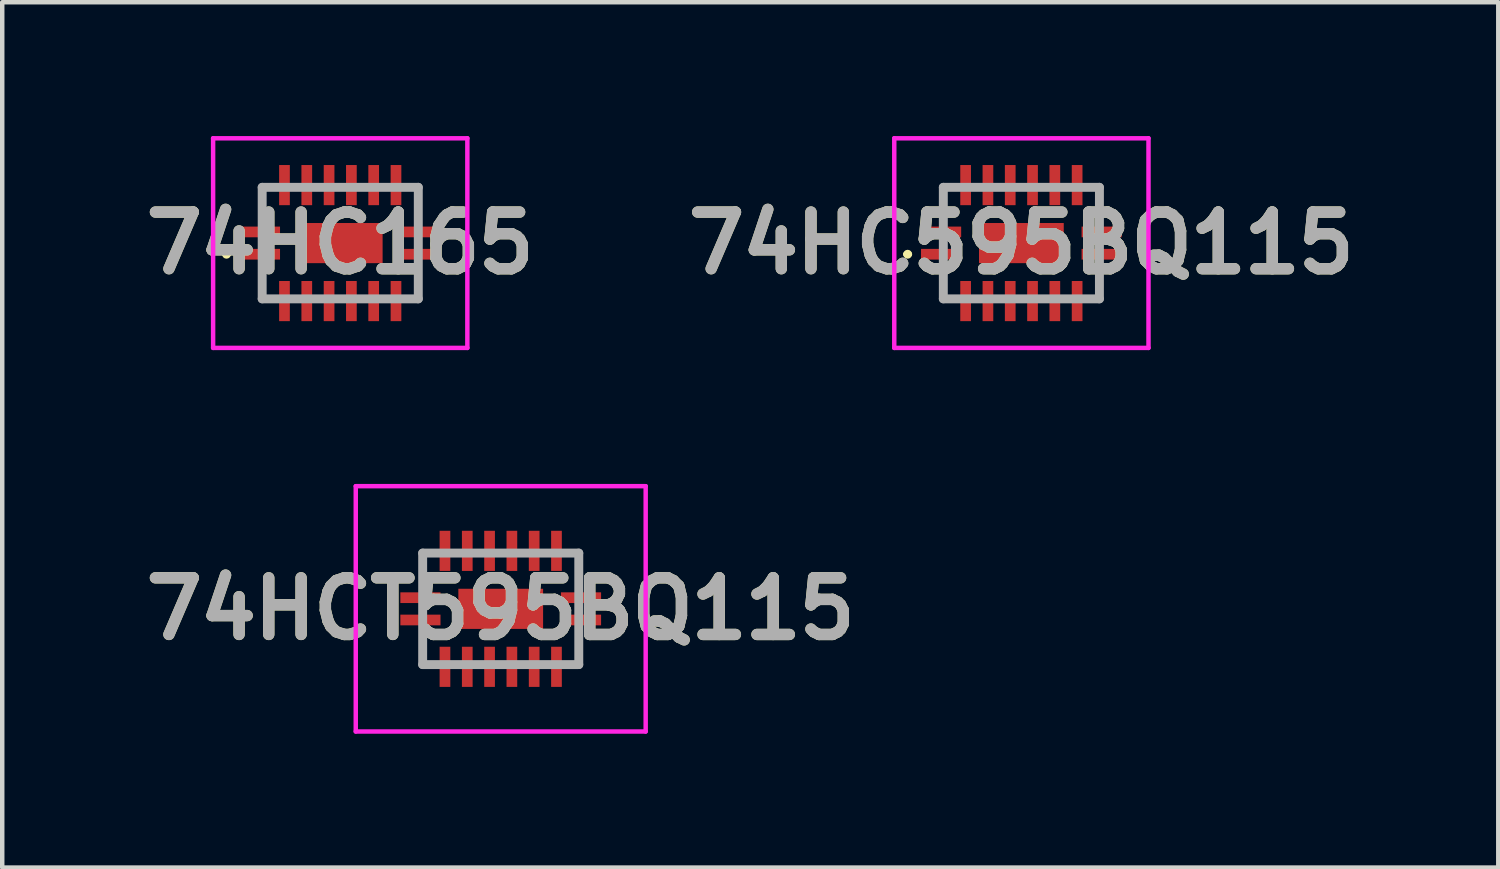
<source format=kicad_pcb>
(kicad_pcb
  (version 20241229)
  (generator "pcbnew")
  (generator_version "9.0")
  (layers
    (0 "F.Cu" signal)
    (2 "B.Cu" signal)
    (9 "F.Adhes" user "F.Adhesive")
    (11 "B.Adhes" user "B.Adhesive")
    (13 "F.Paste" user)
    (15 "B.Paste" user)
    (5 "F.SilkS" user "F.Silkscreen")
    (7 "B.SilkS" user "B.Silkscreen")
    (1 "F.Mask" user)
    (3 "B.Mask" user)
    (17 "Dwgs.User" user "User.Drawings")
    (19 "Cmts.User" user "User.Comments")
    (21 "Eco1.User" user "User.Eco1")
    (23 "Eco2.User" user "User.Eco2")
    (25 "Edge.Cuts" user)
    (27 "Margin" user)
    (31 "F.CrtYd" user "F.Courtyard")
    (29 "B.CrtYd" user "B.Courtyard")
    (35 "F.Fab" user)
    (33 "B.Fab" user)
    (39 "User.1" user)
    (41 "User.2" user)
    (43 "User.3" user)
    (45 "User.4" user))
  (footprint "74HC595BQ115"
    (layer "F.Cu")
    (at 19.849 2.4)
    (property "Reference" "74HC595BQ115" (at 0 0 0) (layer "F.SilkS") (effects (font (size 1.27 1.27) (thickness 0.254))))
    (attr smd)
    (fp_line (start -2.6 0.25) (end -2.6 0.25) (stroke (width 0.1) (type solid)) (layer "F.SilkS"))
    (fp_line (start -2.5 0.25) (end -2.5 0.25) (stroke (width 0.1) (type solid)) (layer "F.SilkS"))
    (fp_line (start -1.75 -1.25) (end -1.75 -0.6) (stroke (width 0.1) (type solid)) (layer "F.SilkS"))
    (fp_line (start -1.75 0.6) (end -1.75 1.25) (stroke (width 0.1) (type solid)) (layer "F.SilkS"))
    (fp_line (start 1.75 -1.25) (end 1.75 -0.6) (stroke (width 0.1) (type solid)) (layer "F.SilkS"))
    (fp_line (start 1.75 0.6) (end 1.75 1.25) (stroke (width 0.1) (type solid)) (layer "F.SilkS"))
    (fp_arc (start -2.6 0.25) (mid -2.55 0.2) (end -2.5 0.25) (stroke (width 0.1) (type solid)) (layer "F.SilkS"))
    (fp_arc (start -2.5 0.25) (mid -2.55 0.3) (end -2.6 0.25) (stroke (width 0.1) (type solid)) (layer "F.SilkS"))
    (fp_line (start -2.85 -2.35) (end 2.85 -2.35) (stroke (width 0.1) (type solid)) (layer "F.CrtYd"))
    (fp_line (start -2.85 2.35) (end -2.85 -2.35) (stroke (width 0.1) (type solid)) (layer "F.CrtYd"))
    (fp_line (start 2.85 -2.35) (end 2.85 2.35) (stroke (width 0.1) (type solid)) (layer "F.CrtYd"))
    (fp_line (start 2.85 2.35) (end -2.85 2.35) (stroke (width 0.1) (type solid)) (layer "F.CrtYd"))
    (fp_line (start -1.75 -1.25) (end 1.75 -1.25) (stroke (width 0.2) (type solid)) (layer "F.Fab"))
    (fp_line (start -1.75 1.25) (end -1.75 -1.25) (stroke (width 0.2) (type solid)) (layer "F.Fab"))
    (fp_line (start 1.75 -1.25) (end 1.75 1.25) (stroke (width 0.2) (type solid)) (layer "F.Fab"))
    (fp_line (start 1.75 1.25) (end -1.75 1.25) (stroke (width 0.2) (type solid)) (layer "F.Fab"))
    (fp_text user "${REFERENCE}" (at 0 0 0) (layer "F.Fab") (effects (font (size 1.27 1.27) (thickness 0.254))))
    (pad "1" smd rect (at -1.8 0.25 90) (size 0.24 0.9) (layers "F.Cu" "F.Mask" "F.Paste"))
    (pad "2" smd rect (at -1.25 1.3) (size 0.24 0.9) (layers "F.Cu" "F.Mask" "F.Paste"))
    (pad "3" smd rect (at -0.75 1.3) (size 0.24 0.9) (layers "F.Cu" "F.Mask" "F.Paste"))
    (pad "4" smd rect (at -0.25 1.3) (size 0.24 0.9) (layers "F.Cu" "F.Mask" "F.Paste"))
    (pad "5" smd rect (at 0.25 1.3) (size 0.24 0.9) (layers "F.Cu" "F.Mask" "F.Paste"))
    (pad "6" smd rect (at 0.75 1.3) (size 0.24 0.9) (layers "F.Cu" "F.Mask" "F.Paste"))
    (pad "7" smd rect (at 1.25 1.3) (size 0.24 0.9) (layers "F.Cu" "F.Mask" "F.Paste"))
    (pad "8" smd rect (at 1.8 0.25 90) (size 0.24 0.9) (layers "F.Cu" "F.Mask" "F.Paste"))
    (pad "9" smd rect (at 1.8 -0.25 90) (size 0.24 0.9) (layers "F.Cu" "F.Mask" "F.Paste"))
    (pad "10" smd rect (at 1.25 -1.3) (size 0.24 0.9) (layers "F.Cu" "F.Mask" "F.Paste"))
    (pad "11" smd rect (at 0.75 -1.3) (size 0.24 0.9) (layers "F.Cu" "F.Mask" "F.Paste"))
    (pad "12" smd rect (at 0.25 -1.3) (size 0.24 0.9) (layers "F.Cu" "F.Mask" "F.Paste"))
    (pad "13" smd rect (at -0.25 -1.3) (size 0.24 0.9) (layers "F.Cu" "F.Mask" "F.Paste"))
    (pad "14" smd rect (at -0.75 -1.3) (size 0.24 0.9) (layers "F.Cu" "F.Mask" "F.Paste"))
    (pad "15" smd rect (at -1.25 -1.3) (size 0.24 0.9) (layers "F.Cu" "F.Mask" "F.Paste"))
    (pad "16" smd rect (at -1.8 -0.25 90) (size 0.24 0.9) (layers "F.Cu" "F.Mask" "F.Paste"))
    (pad "17" smd rect (at 0 0 90) (size 0.9 1.9) (layers "F.Cu" "F.Mask" "F.Paste")))
  (footprint "74HC165"
    (layer "F.Cu")
    (at 4.578 2.4)
    (property "Reference" "74HC165" (at 0 0 0) (layer "F.SilkS") (effects (font (size 1.27 1.27) (thickness 0.254))))
    (attr smd)
    (fp_line (start -2.6 0.25) (end -2.6 0.25) (stroke (width 0.1) (type solid)) (layer "F.SilkS"))
    (fp_line (start -2.5 0.25) (end -2.5 0.25) (stroke (width 0.1) (type solid)) (layer "F.SilkS"))
    (fp_line (start -1.75 -1.25) (end -1.75 -0.6) (stroke (width 0.1) (type solid)) (layer "F.SilkS"))
    (fp_line (start -1.75 0.6) (end -1.75 1.25) (stroke (width 0.1) (type solid)) (layer "F.SilkS"))
    (fp_line (start 1.75 -1.25) (end 1.75 -0.6) (stroke (width 0.1) (type solid)) (layer "F.SilkS"))
    (fp_line (start 1.75 0.6) (end 1.75 1.25) (stroke (width 0.1) (type solid)) (layer "F.SilkS"))
    (fp_arc (start -2.6 0.25) (mid -2.55 0.2) (end -2.5 0.25) (stroke (width 0.1) (type solid)) (layer "F.SilkS"))
    (fp_arc (start -2.5 0.25) (mid -2.55 0.3) (end -2.6 0.25) (stroke (width 0.1) (type solid)) (layer "F.SilkS"))
    (fp_line (start -2.85 -2.35) (end 2.85 -2.35) (stroke (width 0.1) (type solid)) (layer "F.CrtYd"))
    (fp_line (start -2.85 2.35) (end -2.85 -2.35) (stroke (width 0.1) (type solid)) (layer "F.CrtYd"))
    (fp_line (start 2.85 -2.35) (end 2.85 2.35) (stroke (width 0.1) (type solid)) (layer "F.CrtYd"))
    (fp_line (start 2.85 2.35) (end -2.85 2.35) (stroke (width 0.1) (type solid)) (layer "F.CrtYd"))
    (fp_line (start -1.75 -1.25) (end 1.75 -1.25) (stroke (width 0.2) (type solid)) (layer "F.Fab"))
    (fp_line (start -1.75 1.25) (end -1.75 -1.25) (stroke (width 0.2) (type solid)) (layer "F.Fab"))
    (fp_line (start 1.75 -1.25) (end 1.75 1.25) (stroke (width 0.2) (type solid)) (layer "F.Fab"))
    (fp_line (start 1.75 1.25) (end -1.75 1.25) (stroke (width 0.2) (type solid)) (layer "F.Fab"))
    (fp_text user "${REFERENCE}" (at 0 0 0) (layer "F.Fab") (effects (font (size 1.27 1.27) (thickness 0.254))))
    (pad "1" smd rect (at -1.8 0.25 90) (size 0.24 0.9) (layers "F.Cu" "F.Mask" "F.Paste"))
    (pad "2" smd rect (at -1.25 1.3) (size 0.24 0.9) (layers "F.Cu" "F.Mask" "F.Paste"))
    (pad "3" smd rect (at -0.75 1.3) (size 0.24 0.9) (layers "F.Cu" "F.Mask" "F.Paste"))
    (pad "4" smd rect (at -0.25 1.3) (size 0.24 0.9) (layers "F.Cu" "F.Mask" "F.Paste"))
    (pad "5" smd rect (at 0.25 1.3) (size 0.24 0.9) (layers "F.Cu" "F.Mask" "F.Paste"))
    (pad "6" smd rect (at 0.75 1.3) (size 0.24 0.9) (layers "F.Cu" "F.Mask" "F.Paste"))
    (pad "7" smd rect (at 1.25 1.3) (size 0.24 0.9) (layers "F.Cu" "F.Mask" "F.Paste"))
    (pad "8" smd rect (at 1.8 0.25 90) (size 0.24 0.9) (layers "F.Cu" "F.Mask" "F.Paste"))
    (pad "9" smd rect (at 1.8 -0.25 90) (size 0.24 0.9) (layers "F.Cu" "F.Mask" "F.Paste"))
    (pad "10" smd rect (at 1.25 -1.3) (size 0.24 0.9) (layers "F.Cu" "F.Mask" "F.Paste"))
    (pad "11" smd rect (at 0.75 -1.3) (size 0.24 0.9) (layers "F.Cu" "F.Mask" "F.Paste"))
    (pad "12" smd rect (at 0.25 -1.3) (size 0.24 0.9) (layers "F.Cu" "F.Mask" "F.Paste"))
    (pad "13" smd rect (at -0.25 -1.3) (size 0.24 0.9) (layers "F.Cu" "F.Mask" "F.Paste"))
    (pad "14" smd rect (at -0.75 -1.3) (size 0.24 0.9) (layers "F.Cu" "F.Mask" "F.Paste"))
    (pad "15" smd rect (at -1.25 -1.3) (size 0.24 0.9) (layers "F.Cu" "F.Mask" "F.Paste"))
    (pad "16" smd rect (at -1.8 -0.25 90) (size 0.24 0.9) (layers "F.Cu" "F.Mask" "F.Paste"))
    (pad "17" smd rect (at 0 0 90) (size 0.9 1.9) (layers "F.Cu" "F.Mask" "F.Paste")))
  (footprint "74HCT595BQ115"
    (layer "F.Cu")
    (at 8.176 10.6)
    (property "Reference" "74HCT595BQ115" (at 0 0 0) (layer "F.SilkS") (effects (font (size 1.27 1.27) (thickness 0.254))))
    (attr smd)
    (fp_line (start -1.75 -1.25) (end -1.75 -0.6) (stroke (width 0.1) (type solid)) (layer "F.SilkS"))
    (fp_line (start -1.75 0.6) (end -1.75 1.25) (stroke (width 0.1) (type solid)) (layer "F.SilkS"))
    (fp_line (start 1.75 -1.25) (end 1.75 -0.6) (stroke (width 0.1) (type solid)) (layer "F.SilkS"))
    (fp_line (start 1.75 0.6) (end 1.75 1.25) (stroke (width 0.1) (type solid)) (layer "F.SilkS"))
    (fp_line (start -3.25 -2.75) (end 3.25 -2.75) (stroke (width 0.1) (type solid)) (layer "F.CrtYd"))
    (fp_line (start -3.25 2.75) (end -3.25 -2.75) (stroke (width 0.1) (type solid)) (layer "F.CrtYd"))
    (fp_line (start 3.25 -2.75) (end 3.25 2.75) (stroke (width 0.1) (type solid)) (layer "F.CrtYd"))
    (fp_line (start 3.25 2.75) (end -3.25 2.75) (stroke (width 0.1) (type solid)) (layer "F.CrtYd"))
    (fp_line (start -1.75 -1.25) (end 1.75 -1.25) (stroke (width 0.2) (type solid)) (layer "F.Fab"))
    (fp_line (start -1.75 1.25) (end -1.75 -1.25) (stroke (width 0.2) (type solid)) (layer "F.Fab"))
    (fp_line (start 1.75 -1.25) (end 1.75 1.25) (stroke (width 0.2) (type solid)) (layer "F.Fab"))
    (fp_line (start 1.75 1.25) (end -1.75 1.25) (stroke (width 0.2) (type solid)) (layer "F.Fab"))
    (fp_text user "${REFERENCE}" (at 0 0 0) (layer "F.Fab") (effects (font (size 1.27 1.27) (thickness 0.254))))
    (pad "1" smd rect (at -1.8 0.25 90) (size 0.24 0.9) (layers "F.Cu" "F.Mask" "F.Paste"))
    (pad "2" smd rect (at -1.25 1.3) (size 0.24 0.9) (layers "F.Cu" "F.Mask" "F.Paste"))
    (pad "3" smd rect (at -0.75 1.3) (size 0.24 0.9) (layers "F.Cu" "F.Mask" "F.Paste"))
    (pad "4" smd rect (at -0.25 1.3) (size 0.24 0.9) (layers "F.Cu" "F.Mask" "F.Paste"))
    (pad "5" smd rect (at 0.25 1.3) (size 0.24 0.9) (layers "F.Cu" "F.Mask" "F.Paste"))
    (pad "6" smd rect (at 0.75 1.3) (size 0.24 0.9) (layers "F.Cu" "F.Mask" "F.Paste"))
    (pad "7" smd rect (at 1.25 1.3) (size 0.24 0.9) (layers "F.Cu" "F.Mask" "F.Paste"))
    (pad "8" smd rect (at 1.8 0.25 90) (size 0.24 0.9) (layers "F.Cu" "F.Mask" "F.Paste"))
    (pad "9" smd rect (at 1.8 -0.25 90) (size 0.24 0.9) (layers "F.Cu" "F.Mask" "F.Paste"))
    (pad "10" smd rect (at 1.25 -1.3) (size 0.24 0.9) (layers "F.Cu" "F.Mask" "F.Paste"))
    (pad "11" smd rect (at 0.75 -1.3) (size 0.24 0.9) (layers "F.Cu" "F.Mask" "F.Paste"))
    (pad "12" smd rect (at 0.25 -1.3) (size 0.24 0.9) (layers "F.Cu" "F.Mask" "F.Paste"))
    (pad "13" smd rect (at -0.25 -1.3) (size 0.24 0.9) (layers "F.Cu" "F.Mask" "F.Paste"))
    (pad "14" smd rect (at -0.75 -1.3) (size 0.24 0.9) (layers "F.Cu" "F.Mask" "F.Paste"))
    (pad "15" smd rect (at -1.25 -1.3) (size 0.24 0.9) (layers "F.Cu" "F.Mask" "F.Paste"))
    (pad "16" smd rect (at -1.8 -0.25 90) (size 0.24 0.9) (layers "F.Cu" "F.Mask" "F.Paste"))
    (pad "17" smd rect (at 0 0) (size 1.9 0.9) (layers "F.Cu" "F.Mask" "F.Paste")))
  (gr_rect
    (start -3 -3)
    (end 30.541 16.4)
    (stroke (width 0.1) (type default))
    (fill no)
    (layer "Edge.Cuts")))
</source>
